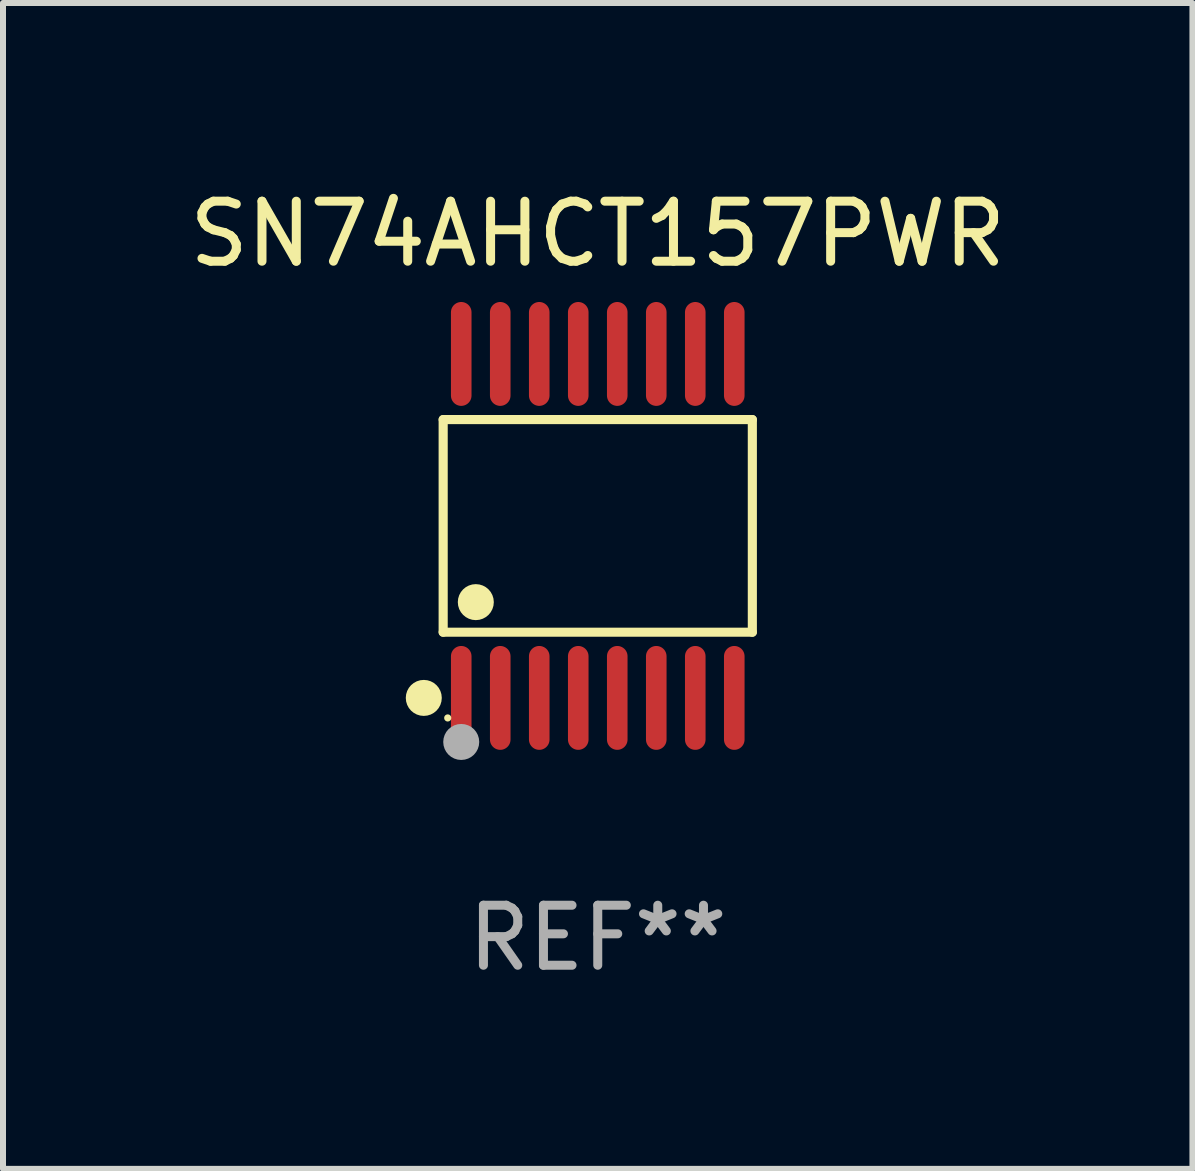
<source format=kicad_pcb>
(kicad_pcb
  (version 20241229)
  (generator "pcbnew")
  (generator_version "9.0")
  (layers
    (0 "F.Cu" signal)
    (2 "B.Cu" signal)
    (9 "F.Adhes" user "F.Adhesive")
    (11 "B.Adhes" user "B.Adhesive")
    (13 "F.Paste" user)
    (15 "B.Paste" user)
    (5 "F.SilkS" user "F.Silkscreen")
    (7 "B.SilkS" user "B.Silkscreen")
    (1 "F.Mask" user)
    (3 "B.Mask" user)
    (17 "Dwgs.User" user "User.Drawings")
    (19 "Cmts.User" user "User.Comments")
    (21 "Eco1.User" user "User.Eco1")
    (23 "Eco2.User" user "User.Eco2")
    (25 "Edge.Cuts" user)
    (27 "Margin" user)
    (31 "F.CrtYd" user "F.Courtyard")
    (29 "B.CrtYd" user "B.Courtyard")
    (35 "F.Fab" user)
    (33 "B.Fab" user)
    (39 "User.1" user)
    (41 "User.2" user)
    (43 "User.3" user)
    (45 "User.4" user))
  (footprint "SN74AHCT157PWR"
    (layer "F.Cu")
    (at 6.911 5.714)
    (property "Reference" "SN74AHCT157PWR" (at 0 -4.866 0) (layer "F.SilkS") (effects (font (size 1 1) (thickness 0.15))))
    (attr through_hole)
    (fp_line (start -2.576 -1.772) (end 2.576 -1.772) (stroke (width 0.152) (type solid)) (layer "F.SilkS"))
    (fp_line (start -2.576 1.771) (end -2.576 -1.772) (stroke (width 0.152) (type solid)) (layer "F.SilkS"))
    (fp_line (start 2.576 -1.772) (end 2.576 1.771) (stroke (width 0.152) (type solid)) (layer "F.SilkS"))
    (fp_line (start 2.576 1.771) (end -2.576 1.771) (stroke (width 0.152) (type solid)) (layer "F.SilkS"))
    (fp_circle (center -2.899 2.866) (end -2.749 2.866) (stroke (width 0.3) (type solid)) (fill no) (layer "F.SilkS"))
    (fp_circle (center -2.5 3.2) (end -2.47 3.2) (stroke (width 0.06) (type solid)) (fill no) (layer "F.SilkS"))
    (fp_circle (center -2.032 1.27) (end -1.882 1.27) (stroke (width 0.3) (type solid)) (fill no) (layer "F.SilkS"))
    (fp_circle (center -2.275 3.6) (end -2.125 3.6) (stroke (width 0.3) (type solid)) (fill no) (layer "F.Fab"))
    (fp_text user "REF**" (at 0 6.866 0) (layer "F.Fab") (effects (font (size 1 1) (thickness 0.15))))
    (pad "1" smd oval (at -2.275 2.866) (size 0.343 1.731) (layers "F.Cu" "F.Mask" "F.Paste"))
    (pad "2" smd oval (at -1.625 2.866) (size 0.343 1.731) (layers "F.Cu" "F.Mask" "F.Paste"))
    (pad "3" smd oval (at -0.975 2.866) (size 0.343 1.731) (layers "F.Cu" "F.Mask" "F.Paste"))
    (pad "4" smd oval (at -0.325 2.866) (size 0.343 1.731) (layers "F.Cu" "F.Mask" "F.Paste"))
    (pad "5" smd oval (at 0.325 2.866) (size 0.343 1.731) (layers "F.Cu" "F.Mask" "F.Paste"))
    (pad "6" smd oval (at 0.975 2.866) (size 0.343 1.731) (layers "F.Cu" "F.Mask" "F.Paste"))
    (pad "7" smd oval (at 1.625 2.866) (size 0.343 1.731) (layers "F.Cu" "F.Mask" "F.Paste"))
    (pad "8" smd oval (at 2.275 2.866) (size 0.343 1.731) (layers "F.Cu" "F.Mask" "F.Paste"))
    (pad "9" smd oval (at 2.275 -2.866) (size 0.343 1.731) (layers "F.Cu" "F.Mask" "F.Paste"))
    (pad "10" smd oval (at 1.625 -2.866) (size 0.343 1.731) (layers "F.Cu" "F.Mask" "F.Paste"))
    (pad "11" smd oval (at 0.975 -2.866) (size 0.343 1.731) (layers "F.Cu" "F.Mask" "F.Paste"))
    (pad "12" smd oval (at 0.325 -2.866) (size 0.343 1.731) (layers "F.Cu" "F.Mask" "F.Paste"))
    (pad "13" smd oval (at -0.325 -2.866) (size 0.343 1.731) (layers "F.Cu" "F.Mask" "F.Paste"))
    (pad "14" smd oval (at -0.975 -2.866) (size 0.343 1.731) (layers "F.Cu" "F.Mask" "F.Paste"))
    (pad "15" smd oval (at -1.625 -2.866) (size 0.343 1.731) (layers "F.Cu" "F.Mask" "F.Paste"))
    (pad "16" smd oval (at -2.275 -2.866) (size 0.343 1.731) (layers "F.Cu" "F.Mask" "F.Paste")))
  (gr_rect
    (start -3 -3)
    (end 16.821 16.428)
    (stroke (width 0.1) (type default))
    (fill no)
    (layer "Edge.Cuts")))
</source>
